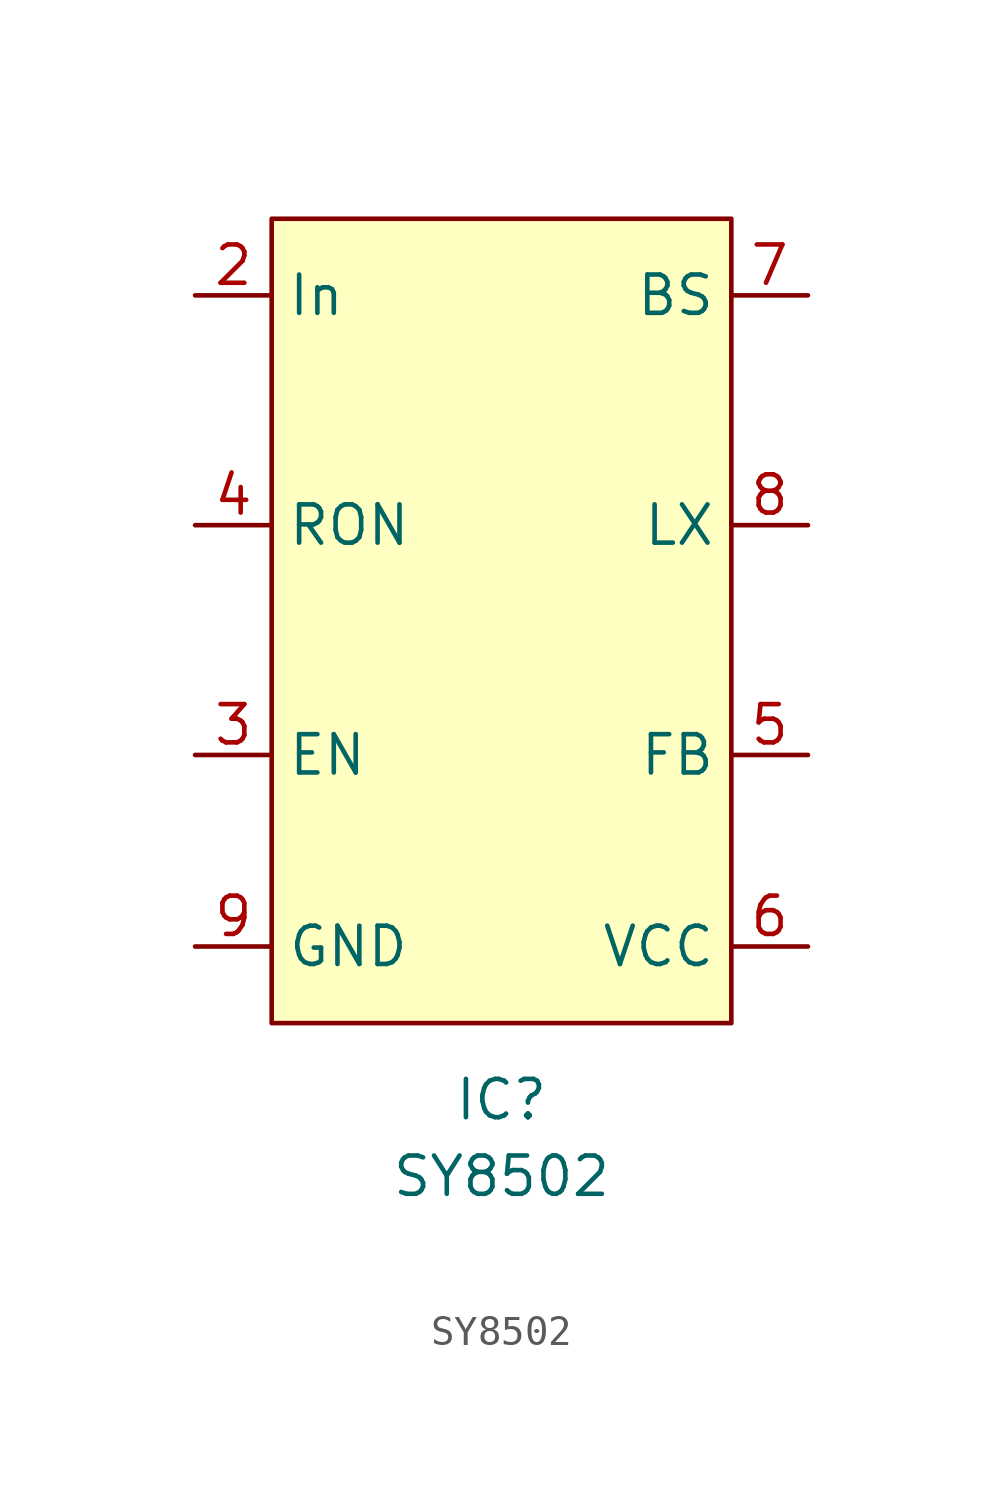
<source format=kicad_sym>
(kicad_symbol_lib
  (version 20211014)
  (generator kicad_symbol_editor)
  (symbol "SY8502"
    (property "Reference" "IC"
      (at 0 -20.32 0)
      (effects (font (size 1.27 1.27))))
    (property "Value" "SY8502"
      (at 0 -22.86 0)
      (effects (font (size 1.27 1.27))))
    (symbol "SY8502_0_1"
      (rectangle (start -7.62 8.89) (end 7.62 -17.78) (stroke (width 0) (type default) (color 0 0 0 0)) (fill (type background))))
    (symbol "SY8502_1_1"
      (pin no_connect non_logic (at 1.27 -5.08 0) (length 2.54) hide (name "n.c." (effects (font (size 1.27 1.27)))) (number "" (effects (font (size 1.27 1.27)))))
      (pin input line (at -10.16 6.35 0) (length 2.54) (name "In" (effects (font (size 1.27 1.27)))) (number "2" (effects (font (size 1.27 1.27)))))
      (pin input line (at -10.16 -8.89 0) (length 2.54) (name "EN" (effects (font (size 1.27 1.27)))) (number "3" (effects (font (size 1.27 1.27)))))
      (pin input line (at -10.16 -1.27 0) (length 2.54) (name "RON" (effects (font (size 1.27 1.27)))) (number "4" (effects (font (size 1.27 1.27)))))
      (pin output line (at 10.16 -8.89 180) (length 2.54) (name "FB" (effects (font (size 1.27 1.27)))) (number "5" (effects (font (size 1.27 1.27)))))
      (pin output line (at 10.16 -15.24 180) (length 2.54) (name "VCC" (effects (font (size 1.27 1.27)))) (number "6" (effects (font (size 1.27 1.27)))))
      (pin output line (at 10.16 6.35 180) (length 2.54) (name "BS" (effects (font (size 1.27 1.27)))) (number "7" (effects (font (size 1.27 1.27)))))
      (pin output line (at 10.16 -1.27 180) (length 2.54) (name "LX" (effects (font (size 1.27 1.27)))) (number "8" (effects (font (size 1.27 1.27)))))
      (pin power_in line (at -10.16 -15.24 0) (length 2.54) (name "GND" (effects (font (size 1.27 1.27)))) (number "9" (effects (font (size 1.27 1.27))))))))
</source>
